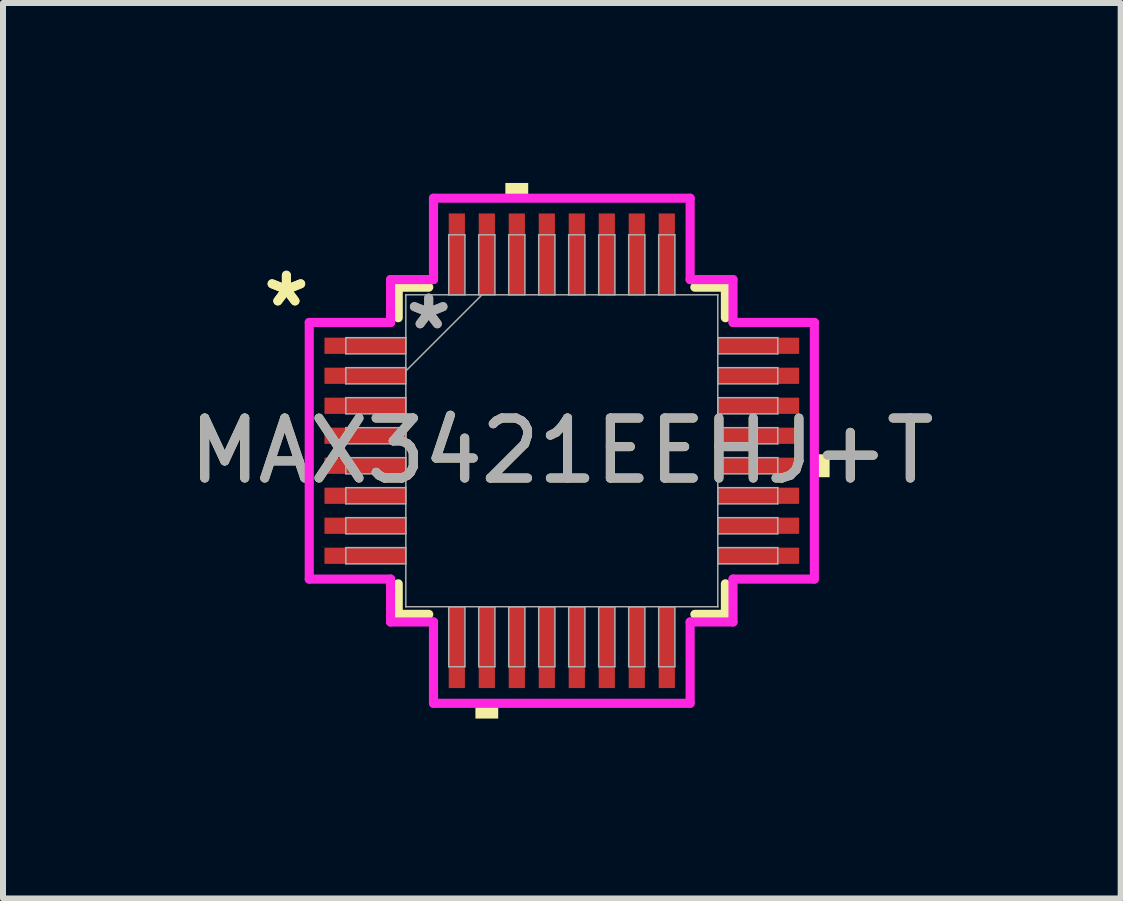
<source format=kicad_pcb>
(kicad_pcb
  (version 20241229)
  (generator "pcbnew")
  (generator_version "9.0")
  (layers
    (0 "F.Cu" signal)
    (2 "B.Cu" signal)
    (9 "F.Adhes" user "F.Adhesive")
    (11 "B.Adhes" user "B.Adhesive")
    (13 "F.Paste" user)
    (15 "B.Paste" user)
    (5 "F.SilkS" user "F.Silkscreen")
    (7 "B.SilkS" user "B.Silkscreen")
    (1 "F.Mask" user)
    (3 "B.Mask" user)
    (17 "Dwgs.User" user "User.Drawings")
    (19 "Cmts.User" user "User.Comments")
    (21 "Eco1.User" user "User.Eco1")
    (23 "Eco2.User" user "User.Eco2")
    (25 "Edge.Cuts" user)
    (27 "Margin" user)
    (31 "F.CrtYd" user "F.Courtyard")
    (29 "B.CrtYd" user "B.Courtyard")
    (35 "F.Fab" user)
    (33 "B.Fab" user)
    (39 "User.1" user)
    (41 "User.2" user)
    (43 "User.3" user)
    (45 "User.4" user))
  (footprint "MAX3421EEHJ+T"
    (layer "F.Cu")
    (at 6.315 4.464)
    (property "Reference" "MAX3421EEHJ+T" (at 0 0 0) (unlocked yes) (layer "F.SilkS") (effects (font (size 1 1) (thickness 0.15))))
    (attr smd)
    (fp_line (start -2.727 -2.727) (end -2.727 -2.218) (stroke (width 0.152) (type solid)) (layer "F.SilkS"))
    (fp_line (start -2.727 2.218) (end -2.727 2.727) (stroke (width 0.152) (type solid)) (layer "F.SilkS"))
    (fp_line (start -2.727 2.727) (end -2.218 2.727) (stroke (width 0.152) (type solid)) (layer "F.SilkS"))
    (fp_line (start -2.218 -2.727) (end -2.727 -2.727) (stroke (width 0.152) (type solid)) (layer "F.SilkS"))
    (fp_line (start 2.218 2.727) (end 2.727 2.727) (stroke (width 0.152) (type solid)) (layer "F.SilkS"))
    (fp_line (start 2.727 -2.727) (end 2.218 -2.727) (stroke (width 0.152) (type solid)) (layer "F.SilkS"))
    (fp_line (start 2.727 -2.218) (end 2.727 -2.727) (stroke (width 0.152) (type solid)) (layer "F.SilkS"))
    (fp_line (start 2.727 2.727) (end 2.727 2.218) (stroke (width 0.152) (type solid)) (layer "F.SilkS"))
    (fp_poly (pts (xy -1.44 4.21) (xy -1.44 4.464) (xy -1.06 4.464) (xy -1.06 4.21)) (stroke (width 0) (type solid)) (fill yes) (layer "F.SilkS"))
    (fp_poly (pts (xy -0.941 -4.21) (xy -0.941 -4.464) (xy -0.56 -4.464) (xy -0.56 -4.21)) (stroke (width 0) (type solid)) (fill yes) (layer "F.SilkS"))
    (fp_poly (pts (xy 4.464 0.059) (xy 4.464 0.441) (xy 4.21 0.441) (xy 4.21 0.059)) (stroke (width 0) (type solid)) (fill yes) (layer "F.SilkS"))
    (fp_line (start -4.21 -2.139) (end -2.854 -2.139) (stroke (width 0.152) (type solid)) (layer "F.CrtYd"))
    (fp_line (start -4.21 2.139) (end -4.21 -2.139) (stroke (width 0.152) (type solid)) (layer "F.CrtYd"))
    (fp_line (start -2.854 -2.854) (end -2.139 -2.854) (stroke (width 0.152) (type solid)) (layer "F.CrtYd"))
    (fp_line (start -2.854 -2.139) (end -2.854 -2.854) (stroke (width 0.152) (type solid)) (layer "F.CrtYd"))
    (fp_line (start -2.854 2.139) (end -4.21 2.139) (stroke (width 0.152) (type solid)) (layer "F.CrtYd"))
    (fp_line (start -2.854 2.854) (end -2.854 2.139) (stroke (width 0.152) (type solid)) (layer "F.CrtYd"))
    (fp_line (start -2.854 2.854) (end -2.139 2.854) (stroke (width 0.152) (type solid)) (layer "F.CrtYd"))
    (fp_line (start -2.139 -4.21) (end 2.139 -4.21) (stroke (width 0.152) (type solid)) (layer "F.CrtYd"))
    (fp_line (start -2.139 -2.854) (end -2.139 -4.21) (stroke (width 0.152) (type solid)) (layer "F.CrtYd"))
    (fp_line (start -2.139 2.854) (end -2.139 4.21) (stroke (width 0.152) (type solid)) (layer "F.CrtYd"))
    (fp_line (start -2.139 4.21) (end 2.139 4.21) (stroke (width 0.152) (type solid)) (layer "F.CrtYd"))
    (fp_line (start 2.139 -4.21) (end 2.139 -2.854) (stroke (width 0.152) (type solid)) (layer "F.CrtYd"))
    (fp_line (start 2.139 -2.854) (end 2.854 -2.854) (stroke (width 0.152) (type solid)) (layer "F.CrtYd"))
    (fp_line (start 2.139 2.854) (end 2.854 2.854) (stroke (width 0.152) (type solid)) (layer "F.CrtYd"))
    (fp_line (start 2.139 4.21) (end 2.139 2.854) (stroke (width 0.152) (type solid)) (layer "F.CrtYd"))
    (fp_line (start 2.854 -2.139) (end 2.854 -2.854) (stroke (width 0.152) (type solid)) (layer "F.CrtYd"))
    (fp_line (start 2.854 2.139) (end 4.21 2.139) (stroke (width 0.152) (type solid)) (layer "F.CrtYd"))
    (fp_line (start 2.854 2.854) (end 2.854 2.139) (stroke (width 0.152) (type solid)) (layer "F.CrtYd"))
    (fp_line (start 4.21 -2.139) (end 2.854 -2.139) (stroke (width 0.152) (type solid)) (layer "F.CrtYd"))
    (fp_line (start 4.21 2.139) (end 4.21 -2.139) (stroke (width 0.152) (type solid)) (layer "F.CrtYd"))
    (fp_line (start -3.6 -1.885) (end -3.6 -1.615) (stroke (width 0.025) (type solid)) (layer "F.Fab"))
    (fp_line (start -3.6 -1.615) (end -2.6 -1.615) (stroke (width 0.025) (type solid)) (layer "F.Fab"))
    (fp_line (start -3.6 -1.385) (end -3.6 -1.115) (stroke (width 0.025) (type solid)) (layer "F.Fab"))
    (fp_line (start -3.6 -1.115) (end -2.6 -1.115) (stroke (width 0.025) (type solid)) (layer "F.Fab"))
    (fp_line (start -3.6 -0.885) (end -3.6 -0.615) (stroke (width 0.025) (type solid)) (layer "F.Fab"))
    (fp_line (start -3.6 -0.615) (end -2.6 -0.615) (stroke (width 0.025) (type solid)) (layer "F.Fab"))
    (fp_line (start -3.6 -0.385) (end -3.6 -0.115) (stroke (width 0.025) (type solid)) (layer "F.Fab"))
    (fp_line (start -3.6 -0.115) (end -2.6 -0.115) (stroke (width 0.025) (type solid)) (layer "F.Fab"))
    (fp_line (start -3.6 0.115) (end -3.6 0.385) (stroke (width 0.025) (type solid)) (layer "F.Fab"))
    (fp_line (start -3.6 0.385) (end -2.6 0.385) (stroke (width 0.025) (type solid)) (layer "F.Fab"))
    (fp_line (start -3.6 0.615) (end -3.6 0.885) (stroke (width 0.025) (type solid)) (layer "F.Fab"))
    (fp_line (start -3.6 0.885) (end -2.6 0.885) (stroke (width 0.025) (type solid)) (layer "F.Fab"))
    (fp_line (start -3.6 1.115) (end -3.6 1.385) (stroke (width 0.025) (type solid)) (layer "F.Fab"))
    (fp_line (start -3.6 1.385) (end -2.6 1.385) (stroke (width 0.025) (type solid)) (layer "F.Fab"))
    (fp_line (start -3.6 1.615) (end -3.6 1.885) (stroke (width 0.025) (type solid)) (layer "F.Fab"))
    (fp_line (start -3.6 1.885) (end -2.6 1.885) (stroke (width 0.025) (type solid)) (layer "F.Fab"))
    (fp_line (start -2.6 -2.6) (end -2.6 -2.6) (stroke (width 0.025) (type solid)) (layer "F.Fab"))
    (fp_line (start -2.6 -2.6) (end -2.6 2.6) (stroke (width 0.025) (type solid)) (layer "F.Fab"))
    (fp_line (start -2.6 -1.885) (end -3.6 -1.885) (stroke (width 0.025) (type solid)) (layer "F.Fab"))
    (fp_line (start -2.6 -1.615) (end -2.6 -1.885) (stroke (width 0.025) (type solid)) (layer "F.Fab"))
    (fp_line (start -2.6 -1.385) (end -3.6 -1.385) (stroke (width 0.025) (type solid)) (layer "F.Fab"))
    (fp_line (start -2.6 -1.33) (end -1.33 -2.6) (stroke (width 0.025) (type solid)) (layer "F.Fab"))
    (fp_line (start -2.6 -1.115) (end -2.6 -1.385) (stroke (width 0.025) (type solid)) (layer "F.Fab"))
    (fp_line (start -2.6 -0.885) (end -3.6 -0.885) (stroke (width 0.025) (type solid)) (layer "F.Fab"))
    (fp_line (start -2.6 -0.615) (end -2.6 -0.885) (stroke (width 0.025) (type solid)) (layer "F.Fab"))
    (fp_line (start -2.6 -0.385) (end -3.6 -0.385) (stroke (width 0.025) (type solid)) (layer "F.Fab"))
    (fp_line (start -2.6 -0.115) (end -2.6 -0.385) (stroke (width 0.025) (type solid)) (layer "F.Fab"))
    (fp_line (start -2.6 0.115) (end -3.6 0.115) (stroke (width 0.025) (type solid)) (layer "F.Fab"))
    (fp_line (start -2.6 0.385) (end -2.6 0.115) (stroke (width 0.025) (type solid)) (layer "F.Fab"))
    (fp_line (start -2.6 0.615) (end -3.6 0.615) (stroke (width 0.025) (type solid)) (layer "F.Fab"))
    (fp_line (start -2.6 0.885) (end -2.6 0.615) (stroke (width 0.025) (type solid)) (layer "F.Fab"))
    (fp_line (start -2.6 1.115) (end -3.6 1.115) (stroke (width 0.025) (type solid)) (layer "F.Fab"))
    (fp_line (start -2.6 1.385) (end -2.6 1.115) (stroke (width 0.025) (type solid)) (layer "F.Fab"))
    (fp_line (start -2.6 1.615) (end -3.6 1.615) (stroke (width 0.025) (type solid)) (layer "F.Fab"))
    (fp_line (start -2.6 1.885) (end -2.6 1.615) (stroke (width 0.025) (type solid)) (layer "F.Fab"))
    (fp_line (start -2.6 2.6) (end -2.6 2.6) (stroke (width 0.025) (type solid)) (layer "F.Fab"))
    (fp_line (start -2.6 2.6) (end 2.6 2.6) (stroke (width 0.025) (type solid)) (layer "F.Fab"))
    (fp_line (start -1.885 -3.6) (end -1.885 -2.6) (stroke (width 0.025) (type solid)) (layer "F.Fab"))
    (fp_line (start -1.885 -2.6) (end -1.615 -2.6) (stroke (width 0.025) (type solid)) (layer "F.Fab"))
    (fp_line (start -1.885 2.6) (end -1.885 3.6) (stroke (width 0.025) (type solid)) (layer "F.Fab"))
    (fp_line (start -1.885 3.6) (end -1.615 3.6) (stroke (width 0.025) (type solid)) (layer "F.Fab"))
    (fp_line (start -1.615 -3.6) (end -1.885 -3.6) (stroke (width 0.025) (type solid)) (layer "F.Fab"))
    (fp_line (start -1.615 -2.6) (end -1.615 -3.6) (stroke (width 0.025) (type solid)) (layer "F.Fab"))
    (fp_line (start -1.615 2.6) (end -1.885 2.6) (stroke (width 0.025) (type solid)) (layer "F.Fab"))
    (fp_line (start -1.615 3.6) (end -1.615 2.6) (stroke (width 0.025) (type solid)) (layer "F.Fab"))
    (fp_line (start -1.385 -3.6) (end -1.385 -2.6) (stroke (width 0.025) (type solid)) (layer "F.Fab"))
    (fp_line (start -1.385 -2.6) (end -1.115 -2.6) (stroke (width 0.025) (type solid)) (layer "F.Fab"))
    (fp_line (start -1.385 2.6) (end -1.385 3.6) (stroke (width 0.025) (type solid)) (layer "F.Fab"))
    (fp_line (start -1.385 3.6) (end -1.115 3.6) (stroke (width 0.025) (type solid)) (layer "F.Fab"))
    (fp_line (start -1.115 -3.6) (end -1.385 -3.6) (stroke (width 0.025) (type solid)) (layer "F.Fab"))
    (fp_line (start -1.115 -2.6) (end -1.115 -3.6) (stroke (width 0.025) (type solid)) (layer "F.Fab"))
    (fp_line (start -1.115 2.6) (end -1.385 2.6) (stroke (width 0.025) (type solid)) (layer "F.Fab"))
    (fp_line (start -1.115 3.6) (end -1.115 2.6) (stroke (width 0.025) (type solid)) (layer "F.Fab"))
    (fp_line (start -0.885 -3.6) (end -0.885 -2.6) (stroke (width 0.025) (type solid)) (layer "F.Fab"))
    (fp_line (start -0.885 -2.6) (end -0.615 -2.6) (stroke (width 0.025) (type solid)) (layer "F.Fab"))
    (fp_line (start -0.885 2.6) (end -0.885 3.6) (stroke (width 0.025) (type solid)) (layer "F.Fab"))
    (fp_line (start -0.885 3.6) (end -0.615 3.6) (stroke (width 0.025) (type solid)) (layer "F.Fab"))
    (fp_line (start -0.615 -3.6) (end -0.885 -3.6) (stroke (width 0.025) (type solid)) (layer "F.Fab"))
    (fp_line (start -0.615 -2.6) (end -0.615 -3.6) (stroke (width 0.025) (type solid)) (layer "F.Fab"))
    (fp_line (start -0.615 2.6) (end -0.885 2.6) (stroke (width 0.025) (type solid)) (layer "F.Fab"))
    (fp_line (start -0.615 3.6) (end -0.615 2.6) (stroke (width 0.025) (type solid)) (layer "F.Fab"))
    (fp_line (start -0.385 -3.6) (end -0.385 -2.6) (stroke (width 0.025) (type solid)) (layer "F.Fab"))
    (fp_line (start -0.385 -2.6) (end -0.115 -2.6) (stroke (width 0.025) (type solid)) (layer "F.Fab"))
    (fp_line (start -0.385 2.6) (end -0.385 3.6) (stroke (width 0.025) (type solid)) (layer "F.Fab"))
    (fp_line (start -0.385 3.6) (end -0.115 3.6) (stroke (width 0.025) (type solid)) (layer "F.Fab"))
    (fp_line (start -0.115 -3.6) (end -0.385 -3.6) (stroke (width 0.025) (type solid)) (layer "F.Fab"))
    (fp_line (start -0.115 -2.6) (end -0.115 -3.6) (stroke (width 0.025) (type solid)) (layer "F.Fab"))
    (fp_line (start -0.115 2.6) (end -0.385 2.6) (stroke (width 0.025) (type solid)) (layer "F.Fab"))
    (fp_line (start -0.115 3.6) (end -0.115 2.6) (stroke (width 0.025) (type solid)) (layer "F.Fab"))
    (fp_line (start 0.115 -3.6) (end 0.115 -2.6) (stroke (width 0.025) (type solid)) (layer "F.Fab"))
    (fp_line (start 0.115 -2.6) (end 0.385 -2.6) (stroke (width 0.025) (type solid)) (layer "F.Fab"))
    (fp_line (start 0.115 2.6) (end 0.115 3.6) (stroke (width 0.025) (type solid)) (layer "F.Fab"))
    (fp_line (start 0.115 3.6) (end 0.385 3.6) (stroke (width 0.025) (type solid)) (layer "F.Fab"))
    (fp_line (start 0.385 -3.6) (end 0.115 -3.6) (stroke (width 0.025) (type solid)) (layer "F.Fab"))
    (fp_line (start 0.385 -2.6) (end 0.385 -3.6) (stroke (width 0.025) (type solid)) (layer "F.Fab"))
    (fp_line (start 0.385 2.6) (end 0.115 2.6) (stroke (width 0.025) (type solid)) (layer "F.Fab"))
    (fp_line (start 0.385 3.6) (end 0.385 2.6) (stroke (width 0.025) (type solid)) (layer "F.Fab"))
    (fp_line (start 0.615 -3.6) (end 0.615 -2.6) (stroke (width 0.025) (type solid)) (layer "F.Fab"))
    (fp_line (start 0.615 -2.6) (end 0.885 -2.6) (stroke (width 0.025) (type solid)) (layer "F.Fab"))
    (fp_line (start 0.615 2.6) (end 0.615 3.6) (stroke (width 0.025) (type solid)) (layer "F.Fab"))
    (fp_line (start 0.615 3.6) (end 0.885 3.6) (stroke (width 0.025) (type solid)) (layer "F.Fab"))
    (fp_line (start 0.885 -3.6) (end 0.615 -3.6) (stroke (width 0.025) (type solid)) (layer "F.Fab"))
    (fp_line (start 0.885 -2.6) (end 0.885 -3.6) (stroke (width 0.025) (type solid)) (layer "F.Fab"))
    (fp_line (start 0.885 2.6) (end 0.615 2.6) (stroke (width 0.025) (type solid)) (layer "F.Fab"))
    (fp_line (start 0.885 3.6) (end 0.885 2.6) (stroke (width 0.025) (type solid)) (layer "F.Fab"))
    (fp_line (start 1.115 -3.6) (end 1.115 -2.6) (stroke (width 0.025) (type solid)) (layer "F.Fab"))
    (fp_line (start 1.115 -2.6) (end 1.385 -2.6) (stroke (width 0.025) (type solid)) (layer "F.Fab"))
    (fp_line (start 1.115 2.6) (end 1.115 3.6) (stroke (width 0.025) (type solid)) (layer "F.Fab"))
    (fp_line (start 1.115 3.6) (end 1.385 3.6) (stroke (width 0.025) (type solid)) (layer "F.Fab"))
    (fp_line (start 1.385 -3.6) (end 1.115 -3.6) (stroke (width 0.025) (type solid)) (layer "F.Fab"))
    (fp_line (start 1.385 -2.6) (end 1.385 -3.6) (stroke (width 0.025) (type solid)) (layer "F.Fab"))
    (fp_line (start 1.385 2.6) (end 1.115 2.6) (stroke (width 0.025) (type solid)) (layer "F.Fab"))
    (fp_line (start 1.385 3.6) (end 1.385 2.6) (stroke (width 0.025) (type solid)) (layer "F.Fab"))
    (fp_line (start 1.615 -3.6) (end 1.615 -2.6) (stroke (width 0.025) (type solid)) (layer "F.Fab"))
    (fp_line (start 1.615 -2.6) (end 1.885 -2.6) (stroke (width 0.025) (type solid)) (layer "F.Fab"))
    (fp_line (start 1.615 2.6) (end 1.615 3.6) (stroke (width 0.025) (type solid)) (layer "F.Fab"))
    (fp_line (start 1.615 3.6) (end 1.885 3.6) (stroke (width 0.025) (type solid)) (layer "F.Fab"))
    (fp_line (start 1.885 -3.6) (end 1.615 -3.6) (stroke (width 0.025) (type solid)) (layer "F.Fab"))
    (fp_line (start 1.885 -2.6) (end 1.885 -3.6) (stroke (width 0.025) (type solid)) (layer "F.Fab"))
    (fp_line (start 1.885 2.6) (end 1.615 2.6) (stroke (width 0.025) (type solid)) (layer "F.Fab"))
    (fp_line (start 1.885 3.6) (end 1.885 2.6) (stroke (width 0.025) (type solid)) (layer "F.Fab"))
    (fp_line (start 2.6 -2.6) (end -2.6 -2.6) (stroke (width 0.025) (type solid)) (layer "F.Fab"))
    (fp_line (start 2.6 -2.6) (end 2.6 -2.6) (stroke (width 0.025) (type solid)) (layer "F.Fab"))
    (fp_line (start 2.6 -1.885) (end 2.6 -1.615) (stroke (width 0.025) (type solid)) (layer "F.Fab"))
    (fp_line (start 2.6 -1.615) (end 3.6 -1.615) (stroke (width 0.025) (type solid)) (layer "F.Fab"))
    (fp_line (start 2.6 -1.385) (end 2.6 -1.115) (stroke (width 0.025) (type solid)) (layer "F.Fab"))
    (fp_line (start 2.6 -1.115) (end 3.6 -1.115) (stroke (width 0.025) (type solid)) (layer "F.Fab"))
    (fp_line (start 2.6 -0.885) (end 2.6 -0.615) (stroke (width 0.025) (type solid)) (layer "F.Fab"))
    (fp_line (start 2.6 -0.615) (end 3.6 -0.615) (stroke (width 0.025) (type solid)) (layer "F.Fab"))
    (fp_line (start 2.6 -0.385) (end 2.6 -0.115) (stroke (width 0.025) (type solid)) (layer "F.Fab"))
    (fp_line (start 2.6 -0.115) (end 3.6 -0.115) (stroke (width 0.025) (type solid)) (layer "F.Fab"))
    (fp_line (start 2.6 0.115) (end 2.6 0.385) (stroke (width 0.025) (type solid)) (layer "F.Fab"))
    (fp_line (start 2.6 0.385) (end 3.6 0.385) (stroke (width 0.025) (type solid)) (layer "F.Fab"))
    (fp_line (start 2.6 0.615) (end 2.6 0.885) (stroke (width 0.025) (type solid)) (layer "F.Fab"))
    (fp_line (start 2.6 0.885) (end 3.6 0.885) (stroke (width 0.025) (type solid)) (layer "F.Fab"))
    (fp_line (start 2.6 1.115) (end 2.6 1.385) (stroke (width 0.025) (type solid)) (layer "F.Fab"))
    (fp_line (start 2.6 1.385) (end 3.6 1.385) (stroke (width 0.025) (type solid)) (layer "F.Fab"))
    (fp_line (start 2.6 1.615) (end 2.6 1.885) (stroke (width 0.025) (type solid)) (layer "F.Fab"))
    (fp_line (start 2.6 1.885) (end 3.6 1.885) (stroke (width 0.025) (type solid)) (layer "F.Fab"))
    (fp_line (start 2.6 2.6) (end 2.6 -2.6) (stroke (width 0.025) (type solid)) (layer "F.Fab"))
    (fp_line (start 2.6 2.6) (end 2.6 2.6) (stroke (width 0.025) (type solid)) (layer "F.Fab"))
    (fp_line (start 3.6 -1.885) (end 2.6 -1.885) (stroke (width 0.025) (type solid)) (layer "F.Fab"))
    (fp_line (start 3.6 -1.615) (end 3.6 -1.885) (stroke (width 0.025) (type solid)) (layer "F.Fab"))
    (fp_line (start 3.6 -1.385) (end 2.6 -1.385) (stroke (width 0.025) (type solid)) (layer "F.Fab"))
    (fp_line (start 3.6 -1.115) (end 3.6 -1.385) (stroke (width 0.025) (type solid)) (layer "F.Fab"))
    (fp_line (start 3.6 -0.885) (end 2.6 -0.885) (stroke (width 0.025) (type solid)) (layer "F.Fab"))
    (fp_line (start 3.6 -0.615) (end 3.6 -0.885) (stroke (width 0.025) (type solid)) (layer "F.Fab"))
    (fp_line (start 3.6 -0.385) (end 2.6 -0.385) (stroke (width 0.025) (type solid)) (layer "F.Fab"))
    (fp_line (start 3.6 -0.115) (end 3.6 -0.385) (stroke (width 0.025) (type solid)) (layer "F.Fab"))
    (fp_line (start 3.6 0.115) (end 2.6 0.115) (stroke (width 0.025) (type solid)) (layer "F.Fab"))
    (fp_line (start 3.6 0.385) (end 3.6 0.115) (stroke (width 0.025) (type solid)) (layer "F.Fab"))
    (fp_line (start 3.6 0.615) (end 2.6 0.615) (stroke (width 0.025) (type solid)) (layer "F.Fab"))
    (fp_line (start 3.6 0.885) (end 3.6 0.615) (stroke (width 0.025) (type solid)) (layer "F.Fab"))
    (fp_line (start 3.6 1.115) (end 2.6 1.115) (stroke (width 0.025) (type solid)) (layer "F.Fab"))
    (fp_line (start 3.6 1.385) (end 3.6 1.115) (stroke (width 0.025) (type solid)) (layer "F.Fab"))
    (fp_line (start 3.6 1.615) (end 2.6 1.615) (stroke (width 0.025) (type solid)) (layer "F.Fab"))
    (fp_line (start 3.6 1.885) (end 3.6 1.615) (stroke (width 0.025) (type solid)) (layer "F.Fab"))
    (fp_text user "*" (at -4.591 -2.381 0) (layer "F.SilkS") (effects (font (size 1 1) (thickness 0.15))))
    (fp_text user "*" (at -4.591 -2.381 0) (unlocked yes) (layer "F.SilkS") (effects (font (size 1 1) (thickness 0.15))))
    (fp_text user "*" (at -2.219 -2 0) (layer "F.Fab") (effects (font (size 1 1) (thickness 0.15))))
    (fp_text user "*" (at -2.219 -2 0) (unlocked yes) (layer "F.Fab") (effects (font (size 1 1) (thickness 0.15))))
    (fp_text user "${REFERENCE}" (at 0 0 0) (unlocked yes) (layer "F.Fab") (effects (font (size 1 1) (thickness 0.15))))
    (pad "1" smd rect (at -3.278 -1.75 90) (size 0.27 1.356) (layers "F.Cu" "F.Mask" "F.Paste"))
    (pad "2" smd rect (at -3.278 -1.25 90) (size 0.27 1.356) (layers "F.Cu" "F.Mask" "F.Paste"))
    (pad "3" smd rect (at -3.278 -0.75 90) (size 0.27 1.356) (layers "F.Cu" "F.Mask" "F.Paste"))
    (pad "4" smd rect (at -3.278 -0.25 90) (size 0.27 1.356) (layers "F.Cu" "F.Mask" "F.Paste"))
    (pad "5" smd rect (at -3.278 0.25 90) (size 0.27 1.356) (layers "F.Cu" "F.Mask" "F.Paste"))
    (pad "6" smd rect (at -3.278 0.75 90) (size 0.27 1.356) (layers "F.Cu" "F.Mask" "F.Paste"))
    (pad "7" smd rect (at -3.278 1.25 90) (size 0.27 1.356) (layers "F.Cu" "F.Mask" "F.Paste"))
    (pad "8" smd rect (at -3.278 1.75 90) (size 0.27 1.356) (layers "F.Cu" "F.Mask" "F.Paste"))
    (pad "9" smd rect (at -1.75 3.278) (size 0.27 1.356) (layers "F.Cu" "F.Mask" "F.Paste"))
    (pad "10" smd rect (at -1.25 3.278) (size 0.27 1.356) (layers "F.Cu" "F.Mask" "F.Paste"))
    (pad "11" smd rect (at -0.75 3.278) (size 0.27 1.356) (layers "F.Cu" "F.Mask" "F.Paste"))
    (pad "12" smd rect (at -0.25 3.278) (size 0.27 1.356) (layers "F.Cu" "F.Mask" "F.Paste"))
    (pad "13" smd rect (at 0.25 3.278) (size 0.27 1.356) (layers "F.Cu" "F.Mask" "F.Paste"))
    (pad "14" smd rect (at 0.75 3.278) (size 0.27 1.356) (layers "F.Cu" "F.Mask" "F.Paste"))
    (pad "15" smd rect (at 1.25 3.278) (size 0.27 1.356) (layers "F.Cu" "F.Mask" "F.Paste"))
    (pad "16" smd rect (at 1.75 3.278) (size 0.27 1.356) (layers "F.Cu" "F.Mask" "F.Paste"))
    (pad "17" smd rect (at 3.278 1.75 90) (size 0.27 1.356) (layers "F.Cu" "F.Mask" "F.Paste"))
    (pad "18" smd rect (at 3.278 1.25 90) (size 0.27 1.356) (layers "F.Cu" "F.Mask" "F.Paste"))
    (pad "19" smd rect (at 3.278 0.75 90) (size 0.27 1.356) (layers "F.Cu" "F.Mask" "F.Paste"))
    (pad "20" smd rect (at 3.278 0.25 90) (size 0.27 1.356) (layers "F.Cu" "F.Mask" "F.Paste"))
    (pad "21" smd rect (at 3.278 -0.25 90) (size 0.27 1.356) (layers "F.Cu" "F.Mask" "F.Paste"))
    (pad "22" smd rect (at 3.278 -0.75 90) (size 0.27 1.356) (layers "F.Cu" "F.Mask" "F.Paste"))
    (pad "23" smd rect (at 3.278 -1.25 90) (size 0.27 1.356) (layers "F.Cu" "F.Mask" "F.Paste"))
    (pad "24" smd rect (at 3.278 -1.75 90) (size 0.27 1.356) (layers "F.Cu" "F.Mask" "F.Paste"))
    (pad "25" smd rect (at 1.75 -3.278) (size 0.27 1.356) (layers "F.Cu" "F.Mask" "F.Paste"))
    (pad "26" smd rect (at 1.25 -3.278) (size 0.27 1.356) (layers "F.Cu" "F.Mask" "F.Paste"))
    (pad "27" smd rect (at 0.75 -3.278) (size 0.27 1.356) (layers "F.Cu" "F.Mask" "F.Paste"))
    (pad "28" smd rect (at 0.25 -3.278) (size 0.27 1.356) (layers "F.Cu" "F.Mask" "F.Paste"))
    (pad "29" smd rect (at -0.25 -3.278) (size 0.27 1.356) (layers "F.Cu" "F.Mask" "F.Paste"))
    (pad "30" smd rect (at -0.75 -3.278) (size 0.27 1.356) (layers "F.Cu" "F.Mask" "F.Paste"))
    (pad "31" smd rect (at -1.25 -3.278) (size 0.27 1.356) (layers "F.Cu" "F.Mask" "F.Paste"))
    (pad "32" smd rect (at -1.75 -3.278) (size 0.27 1.356) (layers "F.Cu" "F.Mask" "F.Paste")))
  (gr_rect
    (start -3 -3)
    (end 15.631 11.927)
    (stroke (width 0.1) (type default))
    (fill no)
    (layer "Edge.Cuts")))
</source>
